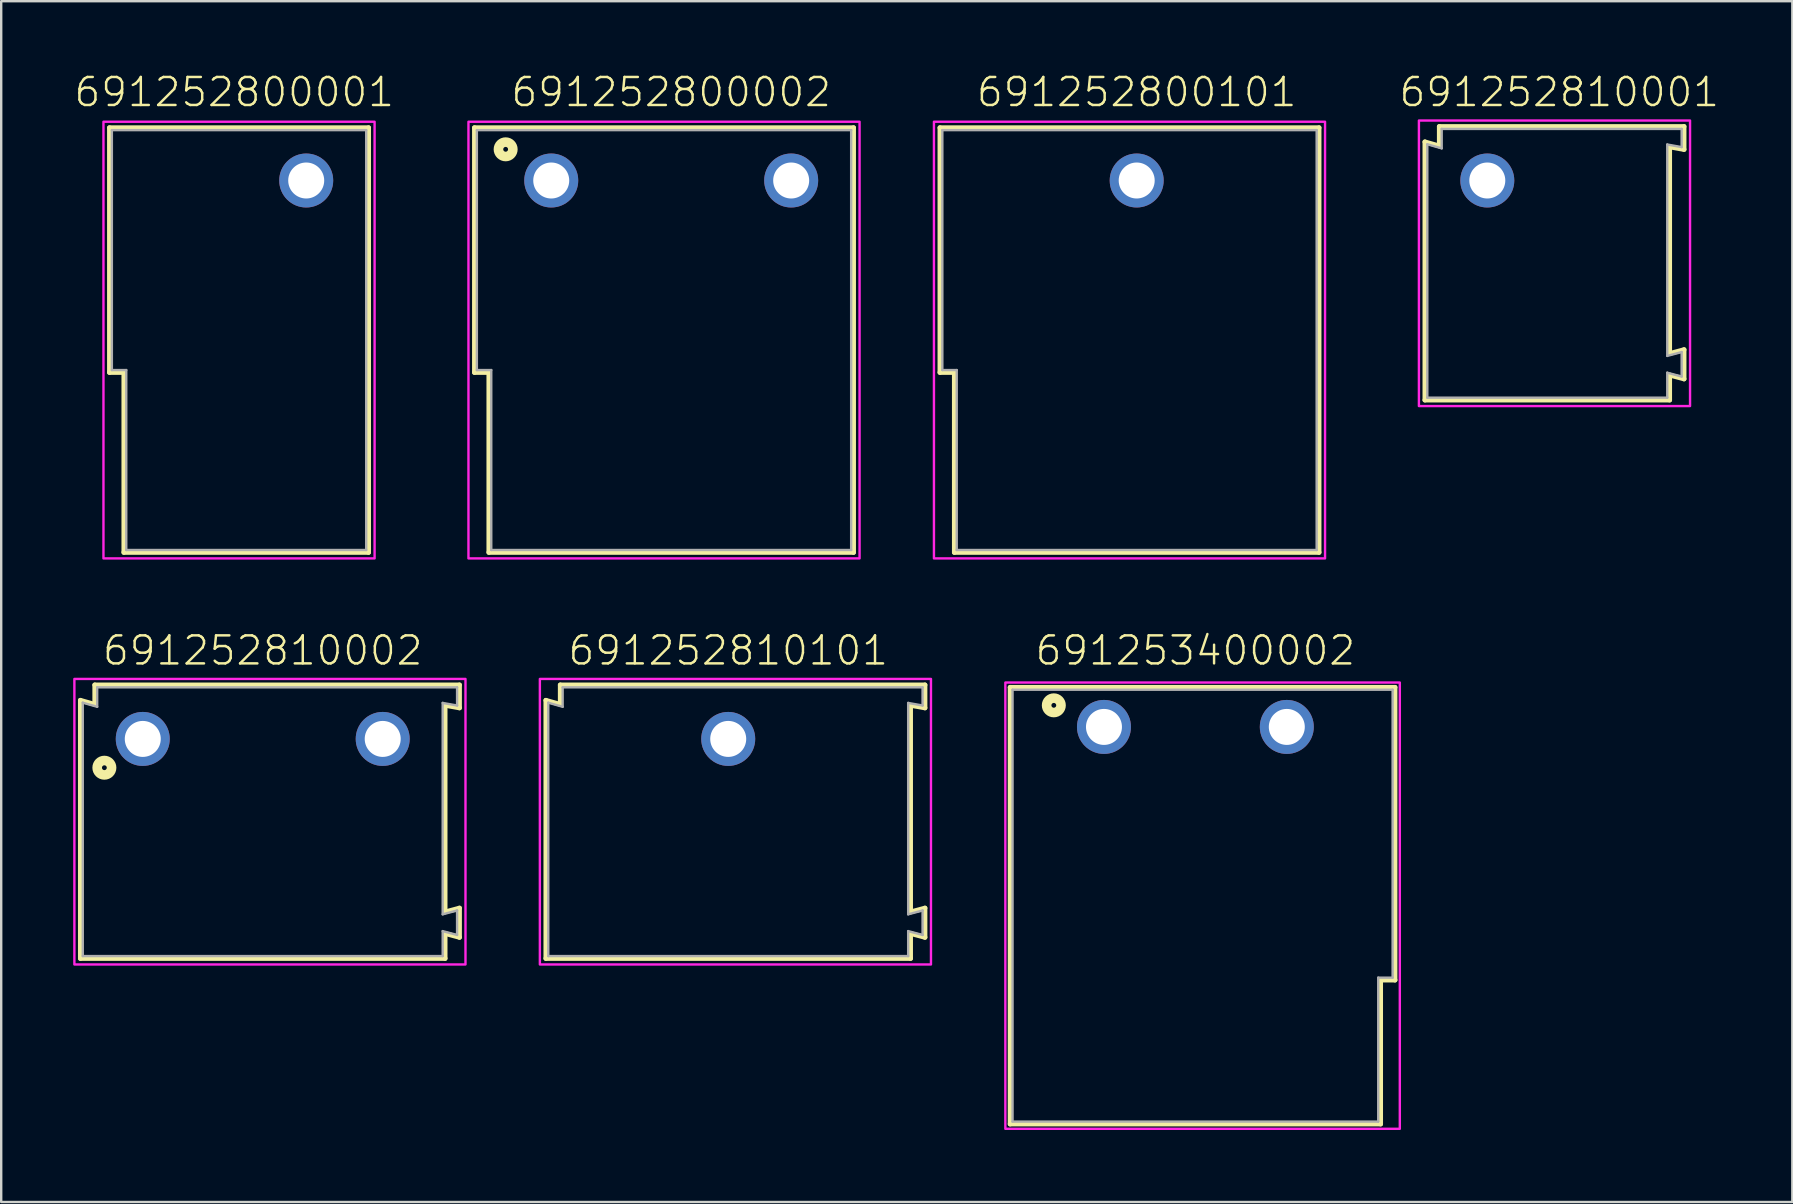
<source format=kicad_pcb>
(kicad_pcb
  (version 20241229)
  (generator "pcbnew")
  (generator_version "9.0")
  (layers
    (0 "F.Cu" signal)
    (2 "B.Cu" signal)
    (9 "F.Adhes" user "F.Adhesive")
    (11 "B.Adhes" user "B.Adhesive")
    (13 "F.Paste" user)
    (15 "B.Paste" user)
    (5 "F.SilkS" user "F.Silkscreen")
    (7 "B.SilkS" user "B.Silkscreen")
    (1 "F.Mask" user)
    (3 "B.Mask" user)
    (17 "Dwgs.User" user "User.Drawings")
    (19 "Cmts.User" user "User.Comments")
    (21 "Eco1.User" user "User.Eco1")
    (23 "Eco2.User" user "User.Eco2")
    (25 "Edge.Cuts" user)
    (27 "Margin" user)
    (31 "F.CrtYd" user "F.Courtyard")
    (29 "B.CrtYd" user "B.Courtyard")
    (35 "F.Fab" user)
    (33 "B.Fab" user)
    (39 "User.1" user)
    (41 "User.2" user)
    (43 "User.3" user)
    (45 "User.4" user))
  (footprint "691252810101"
    (layer "F.Cu")
    (at 27.3 27.746)
    (property "Reference" "691252810101" (at 0 -3 0) (unlocked yes) (layer "F.SilkS") (effects (font (size 1.168 1.168) (thickness 0.102)) (justify bottom)))
    (fp_line (start -7.6 -1.61) (end -7 -1.44) (stroke (width 0.2) (type solid)) (layer "F.SilkS"))
    (fp_line (start -7.6 9.15) (end -7.6 -1.61) (stroke (width 0.2) (type solid)) (layer "F.SilkS"))
    (fp_line (start -7 -2.25) (end 8.2 -2.25) (stroke (width 0.2) (type solid)) (layer "F.SilkS"))
    (fp_line (start -7 -1.44) (end -7 -2.25) (stroke (width 0.2) (type solid)) (layer "F.SilkS"))
    (fp_line (start 7.6 -1.4) (end 7.6 7.21) (stroke (width 0.2) (type solid)) (layer "F.SilkS"))
    (fp_line (start 7.6 7.21) (end 8.2 7.05) (stroke (width 0.2) (type solid)) (layer "F.SilkS"))
    (fp_line (start 7.6 8.11) (end 7.6 9.15) (stroke (width 0.2) (type solid)) (layer "F.SilkS"))
    (fp_line (start 7.6 9.15) (end -7.6 9.15) (stroke (width 0.2) (type solid)) (layer "F.SilkS"))
    (fp_line (start 8.2 -2.25) (end 8.2 -1.293) (stroke (width 0.2) (type solid)) (layer "F.SilkS"))
    (fp_line (start 8.2 -1.293) (end 7.6 -1.4) (stroke (width 0.2) (type solid)) (layer "F.SilkS"))
    (fp_line (start 8.2 7.05) (end 8.2 8.27) (stroke (width 0.2) (type solid)) (layer "F.SilkS"))
    (fp_line (start 8.2 8.27) (end 7.6 8.11) (stroke (width 0.2) (type solid)) (layer "F.SilkS"))
    (fp_poly (pts (xy 8.45 9.4) (xy -7.85 9.4) (xy -7.85 -2.5) (xy 8.45 -2.5)) (stroke (width 0.1) (type default)) (fill no) (layer "F.CrtYd"))
    (fp_line (start -7.5 -1.51) (end -7.5 9.05) (stroke (width 0.1) (type solid)) (layer "F.Fab"))
    (fp_line (start -7.5 -1.51) (end -6.9 -1.34) (stroke (width 0.1) (type solid)) (layer "F.Fab"))
    (fp_line (start -7.5 9.05) (end 7.5 9.05) (stroke (width 0.1) (type solid)) (layer "F.Fab"))
    (fp_line (start -6.9 -2.15) (end 8.1 -2.15) (stroke (width 0.1) (type solid)) (layer "F.Fab"))
    (fp_line (start -6.9 -1.34) (end -6.9 -2.15) (stroke (width 0.1) (type solid)) (layer "F.Fab"))
    (fp_line (start 7.5 -1.5) (end 7.5 7.31) (stroke (width 0.1) (type solid)) (layer "F.Fab"))
    (fp_line (start 7.5 -1.5) (end 8.1 -1.393) (stroke (width 0.1) (type solid)) (layer "F.Fab"))
    (fp_line (start 7.5 7.31) (end 8.1 7.15) (stroke (width 0.1) (type solid)) (layer "F.Fab"))
    (fp_line (start 7.5 8.01) (end 7.5 9.05) (stroke (width 0.1) (type solid)) (layer "F.Fab"))
    (fp_line (start 7.5 8.01) (end 8.1 8.17) (stroke (width 0.1) (type solid)) (layer "F.Fab"))
    (fp_line (start 8.1 -2.15) (end 8.1 -1.393) (stroke (width 0.1) (type solid)) (layer "F.Fab"))
    (fp_line (start 8.1 7.15) (end 8.1 8.17) (stroke (width 0.1) (type solid)) (layer "F.Fab"))
    (pad "1" thru_hole circle (at 0 0) (size 2.25 2.25) (drill 1.5) (layers "*.Cu" "*.Mask")))
  (footprint "691252800002"
    (layer "F.Cu")
    (at 24.924 4.473)
    (property "Reference" "691252800002" (at 0 -3 0) (unlocked yes) (layer "F.SilkS") (effects (font (size 1.168 1.168) (thickness 0.102)) (justify bottom)))
    (fp_line (start -8.2 -2.2) (end 7.6 -2.2) (stroke (width 0.2) (type solid)) (layer "F.SilkS"))
    (fp_line (start -8.2 8) (end -8.2 -2.2) (stroke (width 0.2) (type solid)) (layer "F.SilkS"))
    (fp_line (start -7.6 8) (end -8.2 8) (stroke (width 0.2) (type solid)) (layer "F.SilkS"))
    (fp_line (start -7.6 15.5) (end -7.6 8) (stroke (width 0.2) (type solid)) (layer "F.SilkS"))
    (fp_line (start 7.6 -2.2) (end 7.6 15.5) (stroke (width 0.2) (type solid)) (layer "F.SilkS"))
    (fp_line (start 7.6 15.5) (end -7.6 15.5) (stroke (width 0.2) (type solid)) (layer "F.SilkS"))
    (fp_circle (center -6.9 -1.3) (end -6.8 -1.3) (stroke (width 0.4) (type solid)) (fill no) (layer "F.SilkS"))
    (fp_poly (pts (xy 7.85 15.75) (xy -8.45 15.75) (xy -8.45 -2.45) (xy 7.85 -2.45)) (stroke (width 0.1) (type default)) (fill no) (layer "F.CrtYd"))
    (fp_line (start -8.1 -2.1) (end 7.5 -2.1) (stroke (width 0.1) (type solid)) (layer "F.Fab"))
    (fp_line (start -8.1 7.9) (end -8.1 -2.1) (stroke (width 0.1) (type solid)) (layer "F.Fab"))
    (fp_line (start -8.1 7.9) (end -7.5 7.9) (stroke (width 0.1) (type solid)) (layer "F.Fab"))
    (fp_line (start -7.5 7.9) (end -7.5 15.4) (stroke (width 0.1) (type solid)) (layer "F.Fab"))
    (fp_line (start 7.5 -2.1) (end 7.5 15.4) (stroke (width 0.1) (type solid)) (layer "F.Fab"))
    (fp_line (start 7.5 15.4) (end -7.5 15.4) (stroke (width 0.1) (type solid)) (layer "F.Fab"))
    (pad "1" thru_hole circle (at -5 0) (size 2.25 2.25) (drill 1.5) (layers "*.Cu" "*.Mask"))
    (pad "2" thru_hole circle (at 5 0) (size 2.25 2.25) (drill 1.5) (layers "*.Cu" "*.Mask")))
  (footprint "691252800101"
    (layer "F.Cu")
    (at 44.324 4.473)
    (property "Reference" "691252800101" (at 0 -3 0) (unlocked yes) (layer "F.SilkS") (effects (font (size 1.168 1.168) (thickness 0.102)) (justify bottom)))
    (fp_line (start -8.2 -2.2) (end 7.6 -2.2) (stroke (width 0.2) (type solid)) (layer "F.SilkS"))
    (fp_line (start -8.2 8) (end -8.2 -2.2) (stroke (width 0.2) (type solid)) (layer "F.SilkS"))
    (fp_line (start -7.6 8) (end -8.2 8) (stroke (width 0.2) (type solid)) (layer "F.SilkS"))
    (fp_line (start -7.6 15.5) (end -7.6 8) (stroke (width 0.2) (type solid)) (layer "F.SilkS"))
    (fp_line (start 7.6 -2.2) (end 7.6 15.5) (stroke (width 0.2) (type solid)) (layer "F.SilkS"))
    (fp_line (start 7.6 15.5) (end -7.6 15.5) (stroke (width 0.2) (type solid)) (layer "F.SilkS"))
    (fp_poly (pts (xy 7.85 15.75) (xy -8.45 15.75) (xy -8.45 -2.45) (xy 7.85 -2.45)) (stroke (width 0.1) (type default)) (fill no) (layer "F.CrtYd"))
    (fp_line (start -8.1 -2.1) (end 7.5 -2.1) (stroke (width 0.1) (type solid)) (layer "F.Fab"))
    (fp_line (start -8.1 7.9) (end -8.1 -2.1) (stroke (width 0.1) (type solid)) (layer "F.Fab"))
    (fp_line (start -8.1 7.9) (end -7.5 7.9) (stroke (width 0.1) (type solid)) (layer "F.Fab"))
    (fp_line (start -7.5 7.9) (end -7.5 15.4) (stroke (width 0.1) (type solid)) (layer "F.Fab"))
    (fp_line (start 7.5 -2.1) (end 7.5 15.4) (stroke (width 0.1) (type solid)) (layer "F.Fab"))
    (fp_line (start 7.5 15.4) (end -7.5 15.4) (stroke (width 0.1) (type solid)) (layer "F.Fab"))
    (pad "1" thru_hole circle (at 0 0) (size 2.25 2.25) (drill 1.5) (layers "*.Cu" "*.Mask")))
  (footprint "691252800001"
    (layer "F.Cu")
    (at 9.712 4.473)
    (property "Reference" "691252800001" (at -3 -3 0) (unlocked yes) (layer "F.SilkS") (effects (font (size 1.168 1.168) (thickness 0.102)) (justify bottom)))
    (fp_line (start -8.2 -2.2) (end 2.6 -2.2) (stroke (width 0.2) (type solid)) (layer "F.SilkS"))
    (fp_line (start -8.2 8) (end -8.2 -2.2) (stroke (width 0.2) (type solid)) (layer "F.SilkS"))
    (fp_line (start -7.6 8) (end -8.2 8) (stroke (width 0.2) (type solid)) (layer "F.SilkS"))
    (fp_line (start -7.6 15.5) (end -7.6 8) (stroke (width 0.2) (type solid)) (layer "F.SilkS"))
    (fp_line (start 2.6 -2.2) (end 2.6 15.5) (stroke (width 0.2) (type solid)) (layer "F.SilkS"))
    (fp_line (start 2.6 15.5) (end -7.6 15.5) (stroke (width 0.2) (type solid)) (layer "F.SilkS"))
    (fp_poly (pts (xy 2.85 15.75) (xy -8.45 15.75) (xy -8.45 -2.45) (xy 2.85 -2.45)) (stroke (width 0.1) (type default)) (fill no) (layer "F.CrtYd"))
    (fp_line (start -8.1 -2.1) (end 2.5 -2.1) (stroke (width 0.1) (type solid)) (layer "F.Fab"))
    (fp_line (start -8.1 7.9) (end -8.1 -2.1) (stroke (width 0.1) (type solid)) (layer "F.Fab"))
    (fp_line (start -8.1 7.9) (end -7.5 7.9) (stroke (width 0.1) (type solid)) (layer "F.Fab"))
    (fp_line (start -7.5 7.9) (end -7.5 15.4) (stroke (width 0.1) (type solid)) (layer "F.Fab"))
    (fp_line (start 2.5 -2.1) (end 2.5 15.4) (stroke (width 0.1) (type solid)) (layer "F.Fab"))
    (fp_line (start 2.5 15.4) (end -7.5 15.4) (stroke (width 0.1) (type solid)) (layer "F.Fab"))
    (pad "1" thru_hole circle (at 0 0) (size 2.25 2.25) (drill 1.5) (layers "*.Cu" "*.Mask")))
  (footprint "691252810001"
    (layer "F.Cu")
    (at 58.936 4.473)
    (property "Reference" "691252810001" (at 3 -3 0) (unlocked yes) (layer "F.SilkS") (effects (font (size 1.168 1.168) (thickness 0.102)) (justify bottom)))
    (fp_line (start -2.6 -1.61) (end -2 -1.44) (stroke (width 0.2) (type solid)) (layer "F.SilkS"))
    (fp_line (start -2.6 9.15) (end -2.6 -1.61) (stroke (width 0.2) (type solid)) (layer "F.SilkS"))
    (fp_line (start -2 -2.25) (end 8.2 -2.25) (stroke (width 0.2) (type solid)) (layer "F.SilkS"))
    (fp_line (start -2 -1.44) (end -2 -2.25) (stroke (width 0.2) (type solid)) (layer "F.SilkS"))
    (fp_line (start 7.6 -1.4) (end 7.6 7.21) (stroke (width 0.2) (type solid)) (layer "F.SilkS"))
    (fp_line (start 7.6 7.21) (end 8.2 7.05) (stroke (width 0.2) (type solid)) (layer "F.SilkS"))
    (fp_line (start 7.6 8.11) (end 7.6 9.15) (stroke (width 0.2) (type solid)) (layer "F.SilkS"))
    (fp_line (start 7.6 9.15) (end -2.6 9.15) (stroke (width 0.2) (type solid)) (layer "F.SilkS"))
    (fp_line (start 8.2 -2.25) (end 8.2 -1.293) (stroke (width 0.2) (type solid)) (layer "F.SilkS"))
    (fp_line (start 8.2 -1.293) (end 7.6 -1.4) (stroke (width 0.2) (type solid)) (layer "F.SilkS"))
    (fp_line (start 8.2 7.05) (end 8.2 8.27) (stroke (width 0.2) (type solid)) (layer "F.SilkS"))
    (fp_line (start 8.2 8.27) (end 7.6 8.11) (stroke (width 0.2) (type solid)) (layer "F.SilkS"))
    (fp_poly (pts (xy 8.45 9.4) (xy -2.85 9.4) (xy -2.85 -2.5) (xy 8.45 -2.5)) (stroke (width 0.1) (type default)) (fill no) (layer "F.CrtYd"))
    (fp_line (start -2.5 -1.51) (end -2.5 9.05) (stroke (width 0.1) (type solid)) (layer "F.Fab"))
    (fp_line (start -2.5 -1.51) (end -1.9 -1.34) (stroke (width 0.1) (type solid)) (layer "F.Fab"))
    (fp_line (start -2.5 9.05) (end 7.5 9.05) (stroke (width 0.1) (type solid)) (layer "F.Fab"))
    (fp_line (start -1.9 -2.15) (end 8.1 -2.15) (stroke (width 0.1) (type solid)) (layer "F.Fab"))
    (fp_line (start -1.9 -1.34) (end -1.9 -2.15) (stroke (width 0.1) (type solid)) (layer "F.Fab"))
    (fp_line (start 7.5 -1.5) (end 7.5 7.31) (stroke (width 0.1) (type solid)) (layer "F.Fab"))
    (fp_line (start 7.5 -1.5) (end 8.1 -1.393) (stroke (width 0.1) (type solid)) (layer "F.Fab"))
    (fp_line (start 7.5 7.31) (end 8.1 7.15) (stroke (width 0.1) (type solid)) (layer "F.Fab"))
    (fp_line (start 7.5 8.01) (end 7.5 9.05) (stroke (width 0.1) (type solid)) (layer "F.Fab"))
    (fp_line (start 7.5 8.01) (end 8.1 8.17) (stroke (width 0.1) (type solid)) (layer "F.Fab"))
    (fp_line (start 8.1 -2.15) (end 8.1 -1.393) (stroke (width 0.1) (type solid)) (layer "F.Fab"))
    (fp_line (start 8.1 7.15) (end 8.1 8.17) (stroke (width 0.1) (type solid)) (layer "F.Fab"))
    (pad "1" thru_hole circle (at 0 0) (size 2.25 2.25) (drill 1.5) (layers "*.Cu" "*.Mask")))
  (footprint "691252810002"
    (layer "F.Cu")
    (at 7.9 27.746)
    (property "Reference" "691252810002" (at 0 -3 0) (unlocked yes) (layer "F.SilkS") (effects (font (size 1.168 1.168) (thickness 0.102)) (justify bottom)))
    (fp_line (start -7.6 -1.61) (end -7 -1.44) (stroke (width 0.2) (type solid)) (layer "F.SilkS"))
    (fp_line (start -7.6 9.15) (end -7.6 -1.61) (stroke (width 0.2) (type solid)) (layer "F.SilkS"))
    (fp_line (start -7 -2.25) (end 8.2 -2.25) (stroke (width 0.2) (type solid)) (layer "F.SilkS"))
    (fp_line (start -7 -1.44) (end -7 -2.25) (stroke (width 0.2) (type solid)) (layer "F.SilkS"))
    (fp_line (start 7.6 -1.4) (end 7.6 7.21) (stroke (width 0.2) (type solid)) (layer "F.SilkS"))
    (fp_line (start 7.6 7.21) (end 8.2 7.05) (stroke (width 0.2) (type solid)) (layer "F.SilkS"))
    (fp_line (start 7.6 8.11) (end 7.6 9.15) (stroke (width 0.2) (type solid)) (layer "F.SilkS"))
    (fp_line (start 7.6 9.15) (end -7.6 9.15) (stroke (width 0.2) (type solid)) (layer "F.SilkS"))
    (fp_line (start 8.2 -2.25) (end 8.2 -1.293) (stroke (width 0.2) (type solid)) (layer "F.SilkS"))
    (fp_line (start 8.2 -1.293) (end 7.6 -1.4) (stroke (width 0.2) (type solid)) (layer "F.SilkS"))
    (fp_line (start 8.2 7.05) (end 8.2 8.27) (stroke (width 0.2) (type solid)) (layer "F.SilkS"))
    (fp_line (start 8.2 8.27) (end 7.6 8.11) (stroke (width 0.2) (type solid)) (layer "F.SilkS"))
    (fp_circle (center -6.6 1.2) (end -6.5 1.2) (stroke (width 0.4) (type solid)) (fill no) (layer "F.SilkS"))
    (fp_poly (pts (xy 8.45 9.4) (xy -7.85 9.4) (xy -7.85 -2.5) (xy 8.45 -2.5)) (stroke (width 0.1) (type default)) (fill no) (layer "F.CrtYd"))
    (fp_line (start -7.5 -1.51) (end -7.5 9.05) (stroke (width 0.1) (type solid)) (layer "F.Fab"))
    (fp_line (start -7.5 -1.51) (end -6.9 -1.34) (stroke (width 0.1) (type solid)) (layer "F.Fab"))
    (fp_line (start -7.5 9.05) (end 7.5 9.05) (stroke (width 0.1) (type solid)) (layer "F.Fab"))
    (fp_line (start -6.9 -2.15) (end 8.1 -2.15) (stroke (width 0.1) (type solid)) (layer "F.Fab"))
    (fp_line (start -6.9 -1.34) (end -6.9 -2.15) (stroke (width 0.1) (type solid)) (layer "F.Fab"))
    (fp_line (start 7.5 -1.5) (end 7.5 7.31) (stroke (width 0.1) (type solid)) (layer "F.Fab"))
    (fp_line (start 7.5 -1.5) (end 8.1 -1.393) (stroke (width 0.1) (type solid)) (layer "F.Fab"))
    (fp_line (start 7.5 7.31) (end 8.1 7.15) (stroke (width 0.1) (type solid)) (layer "F.Fab"))
    (fp_line (start 7.5 8.01) (end 7.5 9.05) (stroke (width 0.1) (type solid)) (layer "F.Fab"))
    (fp_line (start 7.5 8.01) (end 8.1 8.17) (stroke (width 0.1) (type solid)) (layer "F.Fab"))
    (fp_line (start 8.1 -2.15) (end 8.1 -1.393) (stroke (width 0.1) (type solid)) (layer "F.Fab"))
    (fp_line (start 8.1 7.15) (end 8.1 8.17) (stroke (width 0.1) (type solid)) (layer "F.Fab"))
    (pad "1" thru_hole circle (at -5 0) (size 2.25 2.25) (drill 1.5) (layers "*.Cu" "*.Mask"))
    (pad "2" thru_hole circle (at 5 0) (size 2.25 2.25) (drill 1.5) (layers "*.Cu" "*.Mask")))
  (footprint "691253400002"
    (layer "F.Cu")
    (at 46.77 27.246)
    (property "Reference" "691253400002" (at 0 -2.5 0) (unlocked yes) (layer "F.SilkS") (effects (font (size 1.168 1.168) (thickness 0.102)) (justify bottom)))
    (fp_line (start -7.72 -1.65) (end 8.32 -1.65) (stroke (width 0.2) (type solid)) (layer "F.SilkS"))
    (fp_line (start -7.72 16.55) (end -7.72 -1.65) (stroke (width 0.2) (type solid)) (layer "F.SilkS"))
    (fp_line (start 7.72 10.55) (end 7.72 16.55) (stroke (width 0.2) (type solid)) (layer "F.SilkS"))
    (fp_line (start 7.72 16.55) (end -7.72 16.55) (stroke (width 0.2) (type solid)) (layer "F.SilkS"))
    (fp_line (start 8.32 -1.65) (end 8.32 10.55) (stroke (width 0.2) (type solid)) (layer "F.SilkS"))
    (fp_line (start 8.32 10.55) (end 7.72 10.55) (stroke (width 0.2) (type solid)) (layer "F.SilkS"))
    (fp_circle (center -5.9 -0.9) (end -5.8 -0.9) (stroke (width 0.4) (type solid)) (fill no) (layer "F.SilkS"))
    (fp_poly (pts (xy 8.52 16.75) (xy -7.92 16.75) (xy -7.92 -1.85) (xy 8.52 -1.85)) (stroke (width 0.1) (type default)) (fill no) (layer "F.CrtYd"))
    (fp_line (start -7.62 16.45) (end -7.62 -1.55) (stroke (width 0.1) (type solid)) (layer "F.Fab"))
    (fp_line (start 7.62 10.45) (end 8.22 10.45) (stroke (width 0.1) (type solid)) (layer "F.Fab"))
    (fp_line (start 7.62 16.45) (end -7.62 16.45) (stroke (width 0.1) (type solid)) (layer "F.Fab"))
    (fp_line (start 7.62 16.45) (end 7.62 10.45) (stroke (width 0.1) (type solid)) (layer "F.Fab"))
    (fp_line (start 8.22 -1.55) (end -7.62 -1.55) (stroke (width 0.1) (type solid)) (layer "F.Fab"))
    (fp_line (start 8.22 10.45) (end 8.22 -1.55) (stroke (width 0.1) (type solid)) (layer "F.Fab"))
    (pad "1" thru_hole circle (at -3.81 0 180) (size 2.25 2.25) (drill 1.5) (layers "*.Cu" "*.Mask"))
    (pad "2" thru_hole circle (at 3.81 0 180) (size 2.25 2.25) (drill 1.5) (layers "*.Cu" "*.Mask")))
  (gr_rect
    (start -3 -3)
    (end 71.649 47.046)
    (stroke (width 0.1) (type default))
    (fill no)
    (layer "Edge.Cuts")))
</source>
